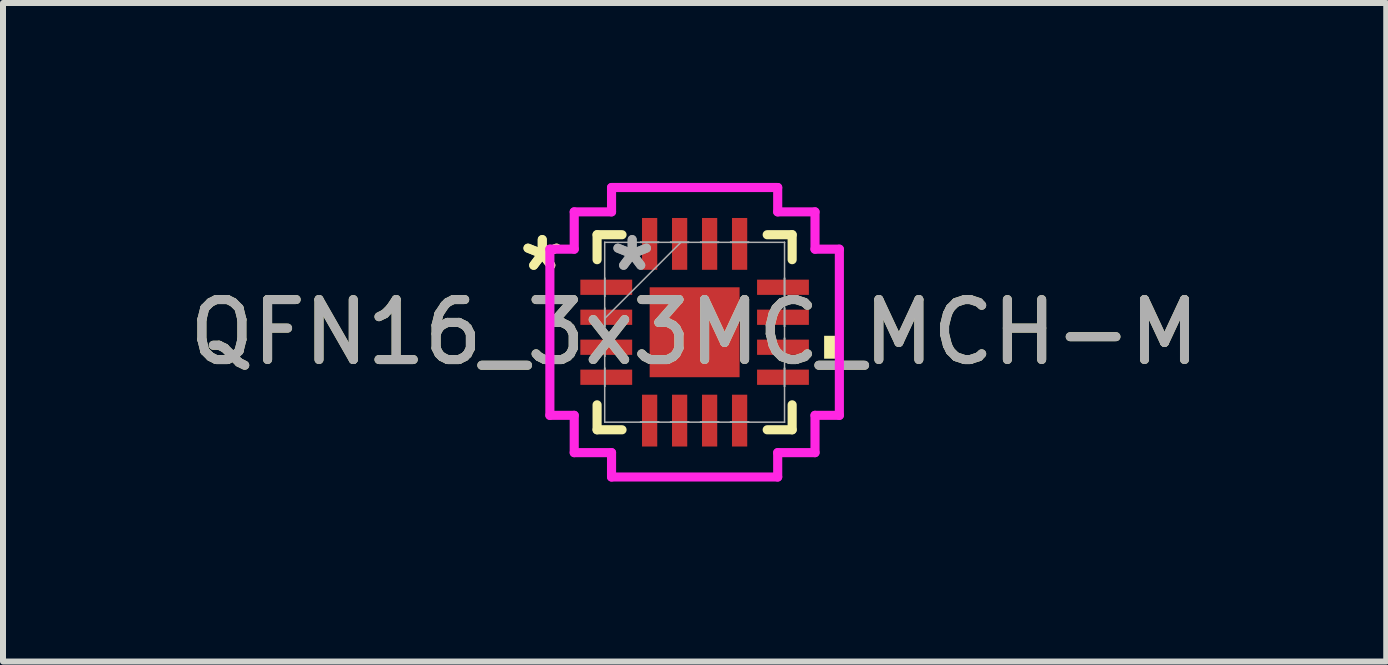
<source format=kicad_pcb>
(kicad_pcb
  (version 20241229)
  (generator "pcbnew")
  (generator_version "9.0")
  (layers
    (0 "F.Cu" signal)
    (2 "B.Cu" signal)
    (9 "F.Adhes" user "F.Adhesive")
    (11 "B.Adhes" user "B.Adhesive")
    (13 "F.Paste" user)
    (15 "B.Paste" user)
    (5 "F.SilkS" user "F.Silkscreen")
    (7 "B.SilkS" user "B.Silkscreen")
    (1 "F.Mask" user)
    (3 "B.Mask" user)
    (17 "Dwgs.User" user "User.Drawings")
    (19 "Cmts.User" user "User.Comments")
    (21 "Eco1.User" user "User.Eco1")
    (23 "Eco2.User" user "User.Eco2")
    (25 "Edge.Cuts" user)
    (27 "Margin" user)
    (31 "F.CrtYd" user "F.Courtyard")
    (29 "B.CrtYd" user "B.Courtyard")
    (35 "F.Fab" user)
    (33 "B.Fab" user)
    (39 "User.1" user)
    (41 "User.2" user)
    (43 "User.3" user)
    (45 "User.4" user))
  (footprint "QFN16_3x3MC_MCH-M"
    (layer "F.Cu")
    (at 8.53 2.489)
    (property "Reference" "QFN16_3x3MC_MCH-M" (at 0 0 0) (unlocked yes) (layer "F.SilkS") (effects (font (size 1 1) (thickness 0.15))))
    (attr smd)
    (fp_line (start -1.626 -1.626) (end -1.626 -1.21) (stroke (width 0.152) (type solid)) (layer "F.SilkS"))
    (fp_line (start -1.626 1.21) (end -1.626 1.626) (stroke (width 0.152) (type solid)) (layer "F.SilkS"))
    (fp_line (start -1.626 1.626) (end -1.21 1.626) (stroke (width 0.152) (type solid)) (layer "F.SilkS"))
    (fp_line (start -1.21 -1.626) (end -1.626 -1.626) (stroke (width 0.152) (type solid)) (layer "F.SilkS"))
    (fp_line (start 1.21 1.626) (end 1.626 1.626) (stroke (width 0.152) (type solid)) (layer "F.SilkS"))
    (fp_line (start 1.626 -1.626) (end 1.21 -1.626) (stroke (width 0.152) (type solid)) (layer "F.SilkS"))
    (fp_line (start 1.626 -1.21) (end 1.626 -1.626) (stroke (width 0.152) (type solid)) (layer "F.SilkS"))
    (fp_line (start 1.626 1.626) (end 1.626 1.21) (stroke (width 0.152) (type solid)) (layer "F.SilkS"))
    (fp_poly (pts (xy 2.413 0.059) (xy 2.413 0.441) (xy 2.159 0.441) (xy 2.159 0.059)) (stroke (width 0) (type solid)) (fill yes) (layer "F.SilkS"))
    (fp_line (start -2.413 -1.385) (end -2.007 -1.385) (stroke (width 0.152) (type solid)) (layer "F.CrtYd"))
    (fp_line (start -2.413 1.385) (end -2.413 -1.385) (stroke (width 0.152) (type solid)) (layer "F.CrtYd"))
    (fp_line (start -2.007 -2.007) (end -1.385 -2.007) (stroke (width 0.152) (type solid)) (layer "F.CrtYd"))
    (fp_line (start -2.007 -1.385) (end -2.007 -2.007) (stroke (width 0.152) (type solid)) (layer "F.CrtYd"))
    (fp_line (start -2.007 1.385) (end -2.413 1.385) (stroke (width 0.152) (type solid)) (layer "F.CrtYd"))
    (fp_line (start -2.007 2.007) (end -2.007 1.385) (stroke (width 0.152) (type solid)) (layer "F.CrtYd"))
    (fp_line (start -1.385 -2.413) (end 1.385 -2.413) (stroke (width 0.152) (type solid)) (layer "F.CrtYd"))
    (fp_line (start -1.385 -2.007) (end -1.385 -2.413) (stroke (width 0.152) (type solid)) (layer "F.CrtYd"))
    (fp_line (start -1.385 2.007) (end -2.007 2.007) (stroke (width 0.152) (type solid)) (layer "F.CrtYd"))
    (fp_line (start -1.385 2.413) (end -1.385 2.007) (stroke (width 0.152) (type solid)) (layer "F.CrtYd"))
    (fp_line (start 1.385 -2.413) (end 1.385 -2.007) (stroke (width 0.152) (type solid)) (layer "F.CrtYd"))
    (fp_line (start 1.385 -2.007) (end 2.007 -2.007) (stroke (width 0.152) (type solid)) (layer "F.CrtYd"))
    (fp_line (start 1.385 2.007) (end 1.385 2.413) (stroke (width 0.152) (type solid)) (layer "F.CrtYd"))
    (fp_line (start 1.385 2.413) (end -1.385 2.413) (stroke (width 0.152) (type solid)) (layer "F.CrtYd"))
    (fp_line (start 2.007 -2.007) (end 2.007 -1.385) (stroke (width 0.152) (type solid)) (layer "F.CrtYd"))
    (fp_line (start 2.007 -1.385) (end 2.413 -1.385) (stroke (width 0.152) (type solid)) (layer "F.CrtYd"))
    (fp_line (start 2.007 1.385) (end 2.007 2.007) (stroke (width 0.152) (type solid)) (layer "F.CrtYd"))
    (fp_line (start 2.007 2.007) (end 1.385 2.007) (stroke (width 0.152) (type solid)) (layer "F.CrtYd"))
    (fp_line (start 2.413 -1.385) (end 2.413 1.385) (stroke (width 0.152) (type solid)) (layer "F.CrtYd"))
    (fp_line (start 2.413 1.385) (end 2.007 1.385) (stroke (width 0.152) (type solid)) (layer "F.CrtYd"))
    (fp_line (start -1.499 -1.499) (end -1.499 -1.499) (stroke (width 0.025) (type solid)) (layer "F.Fab"))
    (fp_line (start -1.499 -1.499) (end -1.499 1.499) (stroke (width 0.025) (type solid)) (layer "F.Fab"))
    (fp_line (start -1.499 -0.902) (end -1.499 -0.902) (stroke (width 0.025) (type solid)) (layer "F.Fab"))
    (fp_line (start -1.499 -0.902) (end -1.499 -0.598) (stroke (width 0.025) (type solid)) (layer "F.Fab"))
    (fp_line (start -1.499 -0.598) (end -1.499 -0.902) (stroke (width 0.025) (type solid)) (layer "F.Fab"))
    (fp_line (start -1.499 -0.598) (end -1.499 -0.598) (stroke (width 0.025) (type solid)) (layer "F.Fab"))
    (fp_line (start -1.499 -0.402) (end -1.499 -0.402) (stroke (width 0.025) (type solid)) (layer "F.Fab"))
    (fp_line (start -1.499 -0.402) (end -1.499 -0.098) (stroke (width 0.025) (type solid)) (layer "F.Fab"))
    (fp_line (start -1.499 -0.229) (end -0.229 -1.499) (stroke (width 0.025) (type solid)) (layer "F.Fab"))
    (fp_line (start -1.499 -0.098) (end -1.499 -0.402) (stroke (width 0.025) (type solid)) (layer "F.Fab"))
    (fp_line (start -1.499 -0.098) (end -1.499 -0.098) (stroke (width 0.025) (type solid)) (layer "F.Fab"))
    (fp_line (start -1.499 0.098) (end -1.499 0.098) (stroke (width 0.025) (type solid)) (layer "F.Fab"))
    (fp_line (start -1.499 0.098) (end -1.499 0.402) (stroke (width 0.025) (type solid)) (layer "F.Fab"))
    (fp_line (start -1.499 0.402) (end -1.499 0.098) (stroke (width 0.025) (type solid)) (layer "F.Fab"))
    (fp_line (start -1.499 0.402) (end -1.499 0.402) (stroke (width 0.025) (type solid)) (layer "F.Fab"))
    (fp_line (start -1.499 0.598) (end -1.499 0.598) (stroke (width 0.025) (type solid)) (layer "F.Fab"))
    (fp_line (start -1.499 0.598) (end -1.499 0.902) (stroke (width 0.025) (type solid)) (layer "F.Fab"))
    (fp_line (start -1.499 0.902) (end -1.499 0.598) (stroke (width 0.025) (type solid)) (layer "F.Fab"))
    (fp_line (start -1.499 0.902) (end -1.499 0.902) (stroke (width 0.025) (type solid)) (layer "F.Fab"))
    (fp_line (start -1.499 1.499) (end -1.499 1.499) (stroke (width 0.025) (type solid)) (layer "F.Fab"))
    (fp_line (start -1.499 1.499) (end 1.499 1.499) (stroke (width 0.025) (type solid)) (layer "F.Fab"))
    (fp_line (start -0.902 -1.499) (end -0.902 -1.499) (stroke (width 0.025) (type solid)) (layer "F.Fab"))
    (fp_line (start -0.902 -1.499) (end -0.598 -1.499) (stroke (width 0.025) (type solid)) (layer "F.Fab"))
    (fp_line (start -0.902 1.499) (end -0.902 1.499) (stroke (width 0.025) (type solid)) (layer "F.Fab"))
    (fp_line (start -0.902 1.499) (end -0.598 1.499) (stroke (width 0.025) (type solid)) (layer "F.Fab"))
    (fp_line (start -0.598 -1.499) (end -0.902 -1.499) (stroke (width 0.025) (type solid)) (layer "F.Fab"))
    (fp_line (start -0.598 -1.499) (end -0.598 -1.499) (stroke (width 0.025) (type solid)) (layer "F.Fab"))
    (fp_line (start -0.598 1.499) (end -0.902 1.499) (stroke (width 0.025) (type solid)) (layer "F.Fab"))
    (fp_line (start -0.598 1.499) (end -0.598 1.499) (stroke (width 0.025) (type solid)) (layer "F.Fab"))
    (fp_line (start -0.402 -1.499) (end -0.402 -1.499) (stroke (width 0.025) (type solid)) (layer "F.Fab"))
    (fp_line (start -0.402 -1.499) (end -0.098 -1.499) (stroke (width 0.025) (type solid)) (layer "F.Fab"))
    (fp_line (start -0.402 1.499) (end -0.402 1.499) (stroke (width 0.025) (type solid)) (layer "F.Fab"))
    (fp_line (start -0.402 1.499) (end -0.098 1.499) (stroke (width 0.025) (type solid)) (layer "F.Fab"))
    (fp_line (start -0.098 -1.499) (end -0.402 -1.499) (stroke (width 0.025) (type solid)) (layer "F.Fab"))
    (fp_line (start -0.098 -1.499) (end -0.098 -1.499) (stroke (width 0.025) (type solid)) (layer "F.Fab"))
    (fp_line (start -0.098 1.499) (end -0.402 1.499) (stroke (width 0.025) (type solid)) (layer "F.Fab"))
    (fp_line (start -0.098 1.499) (end -0.098 1.499) (stroke (width 0.025) (type solid)) (layer "F.Fab"))
    (fp_line (start 0.098 -1.499) (end 0.098 -1.499) (stroke (width 0.025) (type solid)) (layer "F.Fab"))
    (fp_line (start 0.098 -1.499) (end 0.402 -1.499) (stroke (width 0.025) (type solid)) (layer "F.Fab"))
    (fp_line (start 0.098 1.499) (end 0.098 1.499) (stroke (width 0.025) (type solid)) (layer "F.Fab"))
    (fp_line (start 0.098 1.499) (end 0.402 1.499) (stroke (width 0.025) (type solid)) (layer "F.Fab"))
    (fp_line (start 0.402 -1.499) (end 0.098 -1.499) (stroke (width 0.025) (type solid)) (layer "F.Fab"))
    (fp_line (start 0.402 -1.499) (end 0.402 -1.499) (stroke (width 0.025) (type solid)) (layer "F.Fab"))
    (fp_line (start 0.402 1.499) (end 0.098 1.499) (stroke (width 0.025) (type solid)) (layer "F.Fab"))
    (fp_line (start 0.402 1.499) (end 0.402 1.499) (stroke (width 0.025) (type solid)) (layer "F.Fab"))
    (fp_line (start 0.598 -1.499) (end 0.598 -1.499) (stroke (width 0.025) (type solid)) (layer "F.Fab"))
    (fp_line (start 0.598 -1.499) (end 0.902 -1.499) (stroke (width 0.025) (type solid)) (layer "F.Fab"))
    (fp_line (start 0.598 1.499) (end 0.598 1.499) (stroke (width 0.025) (type solid)) (layer "F.Fab"))
    (fp_line (start 0.598 1.499) (end 0.902 1.499) (stroke (width 0.025) (type solid)) (layer "F.Fab"))
    (fp_line (start 0.902 -1.499) (end 0.598 -1.499) (stroke (width 0.025) (type solid)) (layer "F.Fab"))
    (fp_line (start 0.902 -1.499) (end 0.902 -1.499) (stroke (width 0.025) (type solid)) (layer "F.Fab"))
    (fp_line (start 0.902 1.499) (end 0.598 1.499) (stroke (width 0.025) (type solid)) (layer "F.Fab"))
    (fp_line (start 0.902 1.499) (end 0.902 1.499) (stroke (width 0.025) (type solid)) (layer "F.Fab"))
    (fp_line (start 1.499 -1.499) (end -1.499 -1.499) (stroke (width 0.025) (type solid)) (layer "F.Fab"))
    (fp_line (start 1.499 -1.499) (end 1.499 -1.499) (stroke (width 0.025) (type solid)) (layer "F.Fab"))
    (fp_line (start 1.499 -0.902) (end 1.499 -0.902) (stroke (width 0.025) (type solid)) (layer "F.Fab"))
    (fp_line (start 1.499 -0.902) (end 1.499 -0.598) (stroke (width 0.025) (type solid)) (layer "F.Fab"))
    (fp_line (start 1.499 -0.598) (end 1.499 -0.902) (stroke (width 0.025) (type solid)) (layer "F.Fab"))
    (fp_line (start 1.499 -0.598) (end 1.499 -0.598) (stroke (width 0.025) (type solid)) (layer "F.Fab"))
    (fp_line (start 1.499 -0.402) (end 1.499 -0.402) (stroke (width 0.025) (type solid)) (layer "F.Fab"))
    (fp_line (start 1.499 -0.402) (end 1.499 -0.098) (stroke (width 0.025) (type solid)) (layer "F.Fab"))
    (fp_line (start 1.499 -0.098) (end 1.499 -0.402) (stroke (width 0.025) (type solid)) (layer "F.Fab"))
    (fp_line (start 1.499 -0.098) (end 1.499 -0.098) (stroke (width 0.025) (type solid)) (layer "F.Fab"))
    (fp_line (start 1.499 0.098) (end 1.499 0.098) (stroke (width 0.025) (type solid)) (layer "F.Fab"))
    (fp_line (start 1.499 0.098) (end 1.499 0.402) (stroke (width 0.025) (type solid)) (layer "F.Fab"))
    (fp_line (start 1.499 0.402) (end 1.499 0.098) (stroke (width 0.025) (type solid)) (layer "F.Fab"))
    (fp_line (start 1.499 0.402) (end 1.499 0.402) (stroke (width 0.025) (type solid)) (layer "F.Fab"))
    (fp_line (start 1.499 0.598) (end 1.499 0.598) (stroke (width 0.025) (type solid)) (layer "F.Fab"))
    (fp_line (start 1.499 0.598) (end 1.499 0.902) (stroke (width 0.025) (type solid)) (layer "F.Fab"))
    (fp_line (start 1.499 0.902) (end 1.499 0.598) (stroke (width 0.025) (type solid)) (layer "F.Fab"))
    (fp_line (start 1.499 0.902) (end 1.499 0.902) (stroke (width 0.025) (type solid)) (layer "F.Fab"))
    (fp_line (start 1.499 1.499) (end 1.499 -1.499) (stroke (width 0.025) (type solid)) (layer "F.Fab"))
    (fp_line (start 1.499 1.499) (end 1.499 1.499) (stroke (width 0.025) (type solid)) (layer "F.Fab"))
    (fp_text user "*" (at -2.54 -1 0) (layer "F.SilkS") (effects (font (size 1 1) (thickness 0.15))))
    (fp_text user "*" (at -2.54 -1 0) (unlocked yes) (layer "F.SilkS") (effects (font (size 1 1) (thickness 0.15))))
    (fp_text user "*" (at -1.041 -1 0) (layer "F.Fab") (effects (font (size 1 1) (thickness 0.15))))
    (fp_text user "${REFERENCE}" (at 0 0 0) (unlocked yes) (layer "F.Fab") (effects (font (size 1 1) (thickness 0.15))))
    (fp_text user "*" (at -1.041 -1 0) (unlocked yes) (layer "F.Fab") (effects (font (size 1 1) (thickness 0.15))))
    (pad "1" smd rect (at -1.473 -0.75 90) (size 0.254 0.864) (layers "F.Cu" "F.Mask" "F.Paste"))
    (pad "2" smd rect (at -1.473 -0.25 90) (size 0.254 0.864) (layers "F.Cu" "F.Mask" "F.Paste"))
    (pad "3" smd rect (at -1.473 0.25 90) (size 0.254 0.864) (layers "F.Cu" "F.Mask" "F.Paste"))
    (pad "4" smd rect (at -1.473 0.75 90) (size 0.254 0.864) (layers "F.Cu" "F.Mask" "F.Paste"))
    (pad "5" smd rect (at -0.75 1.473) (size 0.254 0.864) (layers "F.Cu" "F.Mask" "F.Paste"))
    (pad "6" smd rect (at -0.25 1.473) (size 0.254 0.864) (layers "F.Cu" "F.Mask" "F.Paste"))
    (pad "7" smd rect (at 0.25 1.473) (size 0.254 0.864) (layers "F.Cu" "F.Mask" "F.Paste"))
    (pad "8" smd rect (at 0.75 1.473) (size 0.254 0.864) (layers "F.Cu" "F.Mask" "F.Paste"))
    (pad "9" smd rect (at 1.473 0.75 90) (size 0.254 0.864) (layers "F.Cu" "F.Mask" "F.Paste"))
    (pad "10" smd rect (at 1.473 0.25 90) (size 0.254 0.864) (layers "F.Cu" "F.Mask" "F.Paste"))
    (pad "11" smd rect (at 1.473 -0.25 90) (size 0.254 0.864) (layers "F.Cu" "F.Mask" "F.Paste"))
    (pad "12" smd rect (at 1.473 -0.75 90) (size 0.254 0.864) (layers "F.Cu" "F.Mask" "F.Paste"))
    (pad "13" smd rect (at 0.75 -1.473) (size 0.254 0.864) (layers "F.Cu" "F.Mask" "F.Paste"))
    (pad "14" smd rect (at 0.25 -1.473) (size 0.254 0.864) (layers "F.Cu" "F.Mask" "F.Paste"))
    (pad "15" smd rect (at -0.25 -1.473) (size 0.254 0.864) (layers "F.Cu" "F.Mask" "F.Paste"))
    (pad "16" smd rect (at -0.75 -1.473) (size 0.254 0.864) (layers "F.Cu" "F.Mask" "F.Paste"))
    (pad "17" smd rect (at 0 0) (size 1.499 1.499) (layers "F.Cu" "F.Mask" "F.Paste")))
  (gr_rect
    (start -3 -3)
    (end 20.06 7.978)
    (stroke (width 0.1) (type default))
    (fill no)
    (layer "Edge.Cuts")))
</source>
